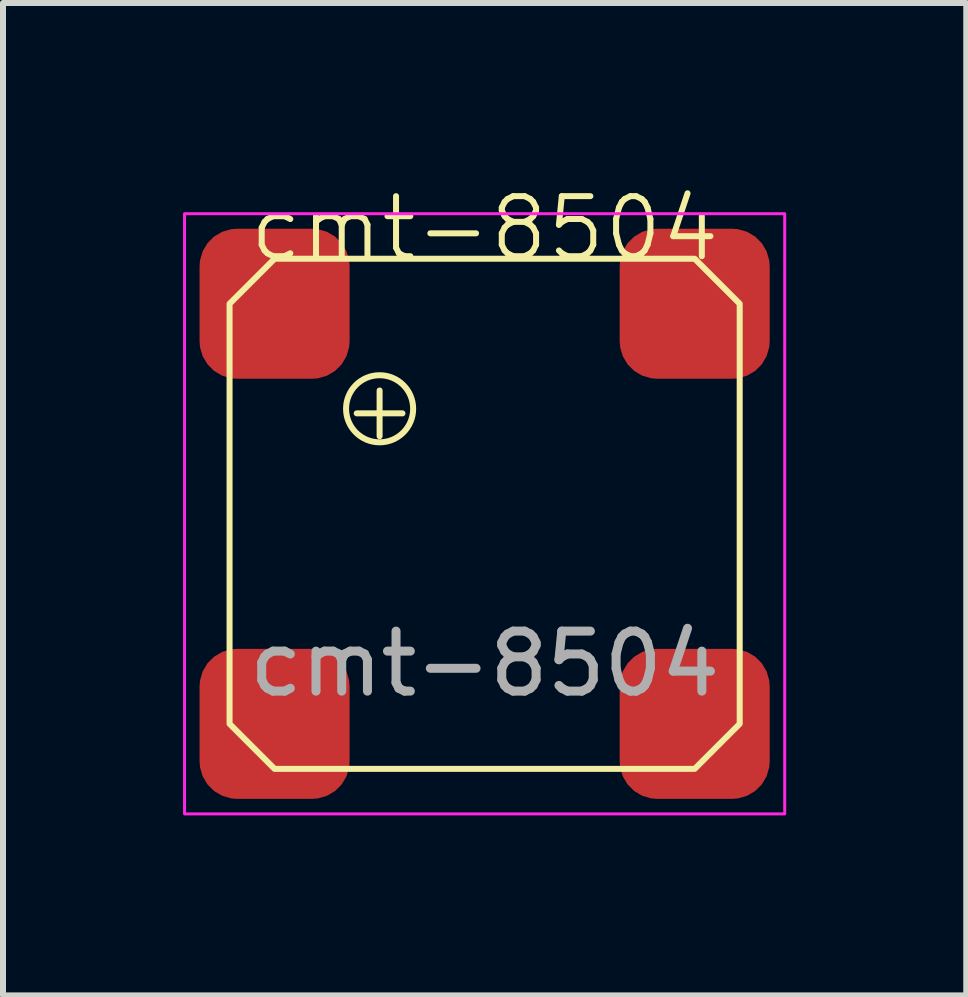
<source format=kicad_pcb>
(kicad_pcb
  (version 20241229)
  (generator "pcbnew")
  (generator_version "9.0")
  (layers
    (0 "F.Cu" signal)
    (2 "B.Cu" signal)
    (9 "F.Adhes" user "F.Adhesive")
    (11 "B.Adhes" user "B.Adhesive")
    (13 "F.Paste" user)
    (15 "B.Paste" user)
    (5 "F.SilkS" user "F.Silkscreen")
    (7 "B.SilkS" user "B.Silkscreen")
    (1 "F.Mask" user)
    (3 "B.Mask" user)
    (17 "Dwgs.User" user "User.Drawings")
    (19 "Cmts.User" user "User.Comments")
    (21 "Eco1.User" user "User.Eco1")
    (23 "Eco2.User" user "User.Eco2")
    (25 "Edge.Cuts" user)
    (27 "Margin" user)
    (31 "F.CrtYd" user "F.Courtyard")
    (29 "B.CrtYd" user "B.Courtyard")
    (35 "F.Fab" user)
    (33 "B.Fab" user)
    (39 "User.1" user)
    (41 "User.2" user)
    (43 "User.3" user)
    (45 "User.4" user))
  (footprint "cmt-8504"
    (layer "F.Cu")
    (at 5.025 5.511)
    (property "Reference" "cmt-8504" (at 0 -4.75 0) (unlocked yes) (layer "F.SilkS") (effects (font (size 1 1) (thickness 0.1))))
    (attr smd)
    (fp_circle (center -1.75 -1.75) (end -1.5 -1.25) (stroke (width 0.1) (type solid)) (fill no) (layer "F.SilkS"))
    (fp_poly (pts (xy 3.5 -4.25) (xy 4.25 -3.5) (xy 4.25 3.5) (xy 3.5 4.25) (xy -3.5 4.25) (xy -4.25 3.5) (xy -4.25 -3.5) (xy -3.5 -4.25)) (stroke (width 0.1) (type solid)) (fill no) (layer "F.SilkS"))
    (fp_rect (start -5 -5) (end 5 5) (stroke (width 0.05) (type default)) (fill no) (layer "F.CrtYd"))
    (fp_text user "+" (at -1.75 -1.75 0) (unlocked yes) (layer "F.SilkS") (effects (font (size 1 1) (thickness 0.1))))
    (fp_text user "${REFERENCE}" (at 0 2.5 0) (unlocked yes) (layer "F.Fab") (effects (font (size 1 1) (thickness 0.15))))
    (pad "1" smd roundrect (at -3.5 -3.5) (size 2.5 2.5) (layers "F.Cu" "F.Mask" "F.Paste") (roundrect_rratio 0.25))
    (pad "2" smd roundrect (at -3.5 3.5) (size 2.5 2.5) (layers "F.Cu" "F.Mask" "F.Paste") (roundrect_rratio 0.25))
    (pad "3" smd roundrect (at 3.5 -3.5) (size 2.5 2.5) (layers "F.Cu" "F.Mask" "F.Paste") (roundrect_rratio 0.25))
    (pad "3" smd roundrect (at 3.5 3.5) (size 2.5 2.5) (layers "F.Cu" "F.Mask" "F.Paste") (roundrect_rratio 0.25)))
  (gr_rect
    (start -3 -3)
    (end 13.05 13.536)
    (stroke (width 0.1) (type default))
    (fill no)
    (layer "Edge.Cuts")))
</source>
